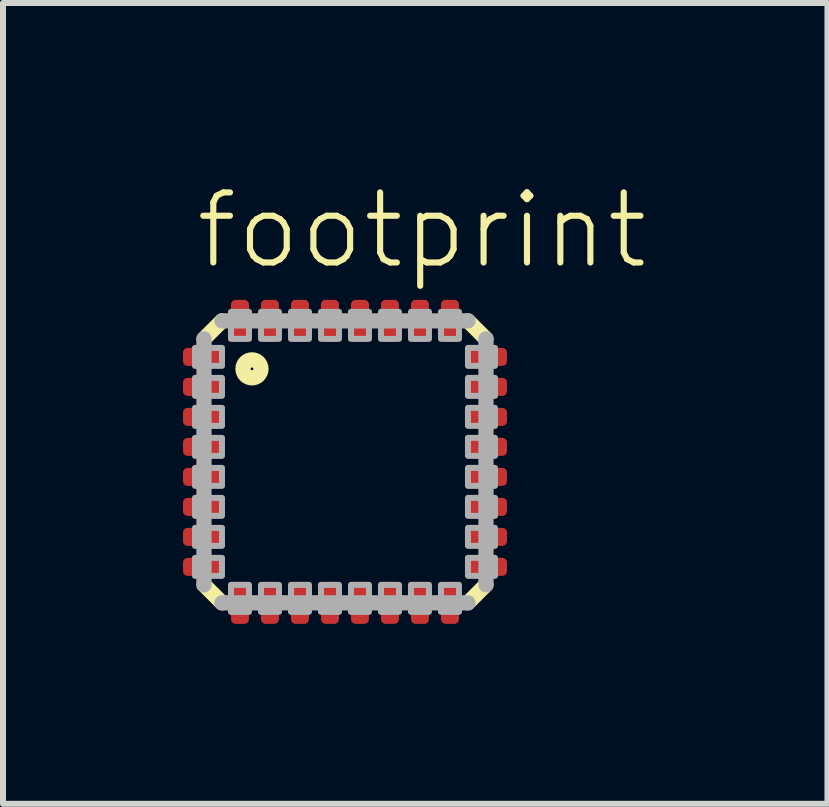
<source format=kicad_pcb>
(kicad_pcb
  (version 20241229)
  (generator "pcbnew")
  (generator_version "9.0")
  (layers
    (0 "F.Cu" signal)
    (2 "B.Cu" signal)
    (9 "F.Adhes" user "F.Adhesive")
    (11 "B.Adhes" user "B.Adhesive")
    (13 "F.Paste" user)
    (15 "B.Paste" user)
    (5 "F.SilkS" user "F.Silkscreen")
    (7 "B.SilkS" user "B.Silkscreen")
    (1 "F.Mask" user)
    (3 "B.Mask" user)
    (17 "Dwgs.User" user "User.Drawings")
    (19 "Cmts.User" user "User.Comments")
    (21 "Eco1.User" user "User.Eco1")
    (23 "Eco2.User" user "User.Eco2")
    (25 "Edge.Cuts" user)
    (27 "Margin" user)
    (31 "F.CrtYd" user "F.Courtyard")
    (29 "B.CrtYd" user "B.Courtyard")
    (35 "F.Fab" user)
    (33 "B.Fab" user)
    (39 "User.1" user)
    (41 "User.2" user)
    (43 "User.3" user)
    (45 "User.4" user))
  (footprint "footprint"
    (layer "F.Cu")
    (at 2.7 4.648)
    (property "Reference" "footprint" (at -2.54 -3.175 0) (layer "F.SilkS") (effects (font (size 1.168 1.168) (thickness 0.102)) (justify left bottom)))
    (fp_line (start -2.35 -2.05) (end -2.05 -2.35) (stroke (width 0.254) (type solid)) (layer "F.SilkS"))
    (fp_line (start -2.05 2.35) (end -2.35 2.05) (stroke (width 0.254) (type solid)) (layer "F.SilkS"))
    (fp_line (start 2.05 -2.35) (end 2.35 -2.05) (stroke (width 0.254) (type solid)) (layer "F.SilkS"))
    (fp_line (start 2.35 2.05) (end 2.05 2.35) (stroke (width 0.254) (type solid)) (layer "F.SilkS"))
    (fp_circle (center -1.55 -1.55) (end -1.4 -1.55) (stroke (width 0.254) (type solid)) (fill no) (layer "F.SilkS"))
    (fp_line (start -2.35 2.05) (end -2.35 -2.05) (stroke (width 0.254) (type solid)) (layer "F.Fab"))
    (fp_line (start -2.05 -2.35) (end 2.05 -2.35) (stroke (width 0.254) (type solid)) (layer "F.Fab"))
    (fp_line (start 2.05 2.35) (end -2.05 2.35) (stroke (width 0.254) (type solid)) (layer "F.Fab"))
    (fp_line (start 2.35 -2.05) (end 2.35 2.05) (stroke (width 0.254) (type solid)) (layer "F.Fab"))
    (fp_poly (pts (xy -2.5 -1.6) (xy -2.05 -1.6) (xy -2.05 -1.9) (xy -2.5 -1.9)) (stroke (width 0.1) (type solid)) (fill no) (layer "F.Fab"))
    (fp_poly (pts (xy -2.5 -1.1) (xy -2.05 -1.1) (xy -2.05 -1.4) (xy -2.5 -1.4)) (stroke (width 0.1) (type solid)) (fill no) (layer "F.Fab"))
    (fp_poly (pts (xy -2.5 -0.6) (xy -2.05 -0.6) (xy -2.05 -0.9) (xy -2.5 -0.9)) (stroke (width 0.1) (type solid)) (fill no) (layer "F.Fab"))
    (fp_poly (pts (xy -2.5 -0.1) (xy -2.05 -0.1) (xy -2.05 -0.4) (xy -2.5 -0.4)) (stroke (width 0.1) (type solid)) (fill no) (layer "F.Fab"))
    (fp_poly (pts (xy -2.5 0.4) (xy -2.05 0.4) (xy -2.05 0.1) (xy -2.5 0.1)) (stroke (width 0.1) (type solid)) (fill no) (layer "F.Fab"))
    (fp_poly (pts (xy -2.5 0.9) (xy -2.05 0.9) (xy -2.05 0.6) (xy -2.5 0.6)) (stroke (width 0.1) (type solid)) (fill no) (layer "F.Fab"))
    (fp_poly (pts (xy -2.5 1.4) (xy -2.05 1.4) (xy -2.05 1.1) (xy -2.5 1.1)) (stroke (width 0.1) (type solid)) (fill no) (layer "F.Fab"))
    (fp_poly (pts (xy -2.5 1.9) (xy -2.05 1.9) (xy -2.05 1.6) (xy -2.5 1.6)) (stroke (width 0.1) (type solid)) (fill no) (layer "F.Fab"))
    (fp_poly (pts (xy -1.9 -2.05) (xy -1.6 -2.05) (xy -1.6 -2.5) (xy -1.9 -2.5)) (stroke (width 0.1) (type solid)) (fill no) (layer "F.Fab"))
    (fp_poly (pts (xy -1.9 2.5) (xy -1.6 2.5) (xy -1.6 2.05) (xy -1.9 2.05)) (stroke (width 0.1) (type solid)) (fill no) (layer "F.Fab"))
    (fp_poly (pts (xy -1.4 -2.05) (xy -1.1 -2.05) (xy -1.1 -2.5) (xy -1.4 -2.5)) (stroke (width 0.1) (type solid)) (fill no) (layer "F.Fab"))
    (fp_poly (pts (xy -1.4 2.5) (xy -1.1 2.5) (xy -1.1 2.05) (xy -1.4 2.05)) (stroke (width 0.1) (type solid)) (fill no) (layer "F.Fab"))
    (fp_poly (pts (xy -0.9 -2.05) (xy -0.6 -2.05) (xy -0.6 -2.5) (xy -0.9 -2.5)) (stroke (width 0.1) (type solid)) (fill no) (layer "F.Fab"))
    (fp_poly (pts (xy -0.9 2.5) (xy -0.6 2.5) (xy -0.6 2.05) (xy -0.9 2.05)) (stroke (width 0.1) (type solid)) (fill no) (layer "F.Fab"))
    (fp_poly (pts (xy -0.4 -2.05) (xy -0.1 -2.05) (xy -0.1 -2.5) (xy -0.4 -2.5)) (stroke (width 0.1) (type solid)) (fill no) (layer "F.Fab"))
    (fp_poly (pts (xy -0.4 2.5) (xy -0.1 2.5) (xy -0.1 2.05) (xy -0.4 2.05)) (stroke (width 0.1) (type solid)) (fill no) (layer "F.Fab"))
    (fp_poly (pts (xy 0.1 -2.05) (xy 0.4 -2.05) (xy 0.4 -2.5) (xy 0.1 -2.5)) (stroke (width 0.1) (type solid)) (fill no) (layer "F.Fab"))
    (fp_poly (pts (xy 0.1 2.5) (xy 0.4 2.5) (xy 0.4 2.05) (xy 0.1 2.05)) (stroke (width 0.1) (type solid)) (fill no) (layer "F.Fab"))
    (fp_poly (pts (xy 0.6 -2.05) (xy 0.9 -2.05) (xy 0.9 -2.5) (xy 0.6 -2.5)) (stroke (width 0.1) (type solid)) (fill no) (layer "F.Fab"))
    (fp_poly (pts (xy 0.6 2.5) (xy 0.9 2.5) (xy 0.9 2.05) (xy 0.6 2.05)) (stroke (width 0.1) (type solid)) (fill no) (layer "F.Fab"))
    (fp_poly (pts (xy 1.1 -2.05) (xy 1.4 -2.05) (xy 1.4 -2.5) (xy 1.1 -2.5)) (stroke (width 0.1) (type solid)) (fill no) (layer "F.Fab"))
    (fp_poly (pts (xy 1.1 2.5) (xy 1.4 2.5) (xy 1.4 2.05) (xy 1.1 2.05)) (stroke (width 0.1) (type solid)) (fill no) (layer "F.Fab"))
    (fp_poly (pts (xy 1.6 -2.05) (xy 1.9 -2.05) (xy 1.9 -2.5) (xy 1.6 -2.5)) (stroke (width 0.1) (type solid)) (fill no) (layer "F.Fab"))
    (fp_poly (pts (xy 1.6 2.5) (xy 1.9 2.5) (xy 1.9 2.05) (xy 1.6 2.05)) (stroke (width 0.1) (type solid)) (fill no) (layer "F.Fab"))
    (fp_poly (pts (xy 2.05 -1.6) (xy 2.5 -1.6) (xy 2.5 -1.9) (xy 2.05 -1.9)) (stroke (width 0.1) (type solid)) (fill no) (layer "F.Fab"))
    (fp_poly (pts (xy 2.05 -1.1) (xy 2.5 -1.1) (xy 2.5 -1.4) (xy 2.05 -1.4)) (stroke (width 0.1) (type solid)) (fill no) (layer "F.Fab"))
    (fp_poly (pts (xy 2.05 -0.6) (xy 2.5 -0.6) (xy 2.5 -0.9) (xy 2.05 -0.9)) (stroke (width 0.1) (type solid)) (fill no) (layer "F.Fab"))
    (fp_poly (pts (xy 2.05 -0.1) (xy 2.5 -0.1) (xy 2.5 -0.4) (xy 2.05 -0.4)) (stroke (width 0.1) (type solid)) (fill no) (layer "F.Fab"))
    (fp_poly (pts (xy 2.05 0.4) (xy 2.5 0.4) (xy 2.5 0.1) (xy 2.05 0.1)) (stroke (width 0.1) (type solid)) (fill no) (layer "F.Fab"))
    (fp_poly (pts (xy 2.05 0.9) (xy 2.5 0.9) (xy 2.5 0.6) (xy 2.05 0.6)) (stroke (width 0.1) (type solid)) (fill no) (layer "F.Fab"))
    (fp_poly (pts (xy 2.05 1.4) (xy 2.5 1.4) (xy 2.5 1.1) (xy 2.05 1.1)) (stroke (width 0.1) (type solid)) (fill no) (layer "F.Fab"))
    (fp_poly (pts (xy 2.05 1.9) (xy 2.5 1.9) (xy 2.5 1.6) (xy 2.05 1.6)) (stroke (width 0.1) (type solid)) (fill no) (layer "F.Fab"))
    (pad "1" smd roundrect (at -2.35 -1.75) (size 0.7 0.3) (layers "F.Cu" "F.Mask" "F.Paste") (roundrect_rratio 0.25))
    (pad "2" smd roundrect (at -2.35 -1.25) (size 0.7 0.3) (layers "F.Cu" "F.Mask" "F.Paste") (roundrect_rratio 0.25))
    (pad "3" smd roundrect (at -2.35 -0.75) (size 0.7 0.3) (layers "F.Cu" "F.Mask" "F.Paste") (roundrect_rratio 0.25))
    (pad "4" smd roundrect (at -2.35 -0.25) (size 0.7 0.3) (layers "F.Cu" "F.Mask" "F.Paste") (roundrect_rratio 0.25))
    (pad "5" smd roundrect (at -2.35 0.25) (size 0.7 0.3) (layers "F.Cu" "F.Mask" "F.Paste") (roundrect_rratio 0.25))
    (pad "6" smd roundrect (at -2.35 0.75) (size 0.7 0.3) (layers "F.Cu" "F.Mask" "F.Paste") (roundrect_rratio 0.25))
    (pad "7" smd roundrect (at -2.35 1.25) (size 0.7 0.3) (layers "F.Cu" "F.Mask" "F.Paste") (roundrect_rratio 0.25))
    (pad "8" smd roundrect (at -2.35 1.75) (size 0.7 0.3) (layers "F.Cu" "F.Mask" "F.Paste") (roundrect_rratio 0.25))
    (pad "9" smd roundrect (at -1.75 2.35) (size 0.3 0.7) (layers "F.Cu" "F.Mask" "F.Paste") (roundrect_rratio 0.25))
    (pad "10" smd roundrect (at -1.25 2.35) (size 0.3 0.7) (layers "F.Cu" "F.Mask" "F.Paste") (roundrect_rratio 0.25))
    (pad "11" smd roundrect (at -0.75 2.35) (size 0.3 0.7) (layers "F.Cu" "F.Mask" "F.Paste") (roundrect_rratio 0.25))
    (pad "12" smd roundrect (at -0.25 2.35) (size 0.3 0.7) (layers "F.Cu" "F.Mask" "F.Paste") (roundrect_rratio 0.25))
    (pad "13" smd roundrect (at 0.25 2.35) (size 0.3 0.7) (layers "F.Cu" "F.Mask" "F.Paste") (roundrect_rratio 0.25))
    (pad "14" smd roundrect (at 0.75 2.35) (size 0.3 0.7) (layers "F.Cu" "F.Mask" "F.Paste") (roundrect_rratio 0.25))
    (pad "15" smd roundrect (at 1.25 2.35) (size 0.3 0.7) (layers "F.Cu" "F.Mask" "F.Paste") (roundrect_rratio 0.25))
    (pad "16" smd roundrect (at 1.75 2.35) (size 0.3 0.7) (layers "F.Cu" "F.Mask" "F.Paste") (roundrect_rratio 0.25))
    (pad "17" smd roundrect (at 2.35 1.75) (size 0.7 0.3) (layers "F.Cu" "F.Mask" "F.Paste") (roundrect_rratio 0.25))
    (pad "18" smd roundrect (at 2.35 1.25) (size 0.7 0.3) (layers "F.Cu" "F.Mask" "F.Paste") (roundrect_rratio 0.25))
    (pad "19" smd roundrect (at 2.35 0.75) (size 0.7 0.3) (layers "F.Cu" "F.Mask" "F.Paste") (roundrect_rratio 0.25))
    (pad "20" smd roundrect (at 2.35 0.25) (size 0.7 0.3) (layers "F.Cu" "F.Mask" "F.Paste") (roundrect_rratio 0.25))
    (pad "21" smd roundrect (at 2.35 -0.25) (size 0.7 0.3) (layers "F.Cu" "F.Mask" "F.Paste") (roundrect_rratio 0.25))
    (pad "22" smd roundrect (at 2.35 -0.75) (size 0.7 0.3) (layers "F.Cu" "F.Mask" "F.Paste") (roundrect_rratio 0.25))
    (pad "23" smd roundrect (at 2.35 -1.25) (size 0.7 0.3) (layers "F.Cu" "F.Mask" "F.Paste") (roundrect_rratio 0.25))
    (pad "24" smd roundrect (at 2.35 -1.75) (size 0.7 0.3) (layers "F.Cu" "F.Mask" "F.Paste") (roundrect_rratio 0.25))
    (pad "25" smd roundrect (at 1.75 -2.35) (size 0.3 0.7) (layers "F.Cu" "F.Mask" "F.Paste") (roundrect_rratio 0.25))
    (pad "26" smd roundrect (at 1.25 -2.35) (size 0.3 0.7) (layers "F.Cu" "F.Mask" "F.Paste") (roundrect_rratio 0.25))
    (pad "27" smd roundrect (at 0.75 -2.35) (size 0.3 0.7) (layers "F.Cu" "F.Mask" "F.Paste") (roundrect_rratio 0.25))
    (pad "28" smd roundrect (at 0.25 -2.35) (size 0.3 0.7) (layers "F.Cu" "F.Mask" "F.Paste") (roundrect_rratio 0.25))
    (pad "29" smd roundrect (at -0.25 -2.35) (size 0.3 0.7) (layers "F.Cu" "F.Mask" "F.Paste") (roundrect_rratio 0.25))
    (pad "30" smd roundrect (at -0.75 -2.35) (size 0.3 0.7) (layers "F.Cu" "F.Mask" "F.Paste") (roundrect_rratio 0.25))
    (pad "31" smd roundrect (at -1.25 -2.35) (size 0.3 0.7) (layers "F.Cu" "F.Mask" "F.Paste") (roundrect_rratio 0.25))
    (pad "32" smd roundrect (at -1.75 -2.35) (size 0.3 0.7) (layers "F.Cu" "F.Mask" "F.Paste") (roundrect_rratio 0.25)))
  (gr_rect
    (start -3 -3)
    (end 10.742 10.348)
    (stroke (width 0.1) (type default))
    (fill no)
    (layer "Edge.Cuts")))
</source>
